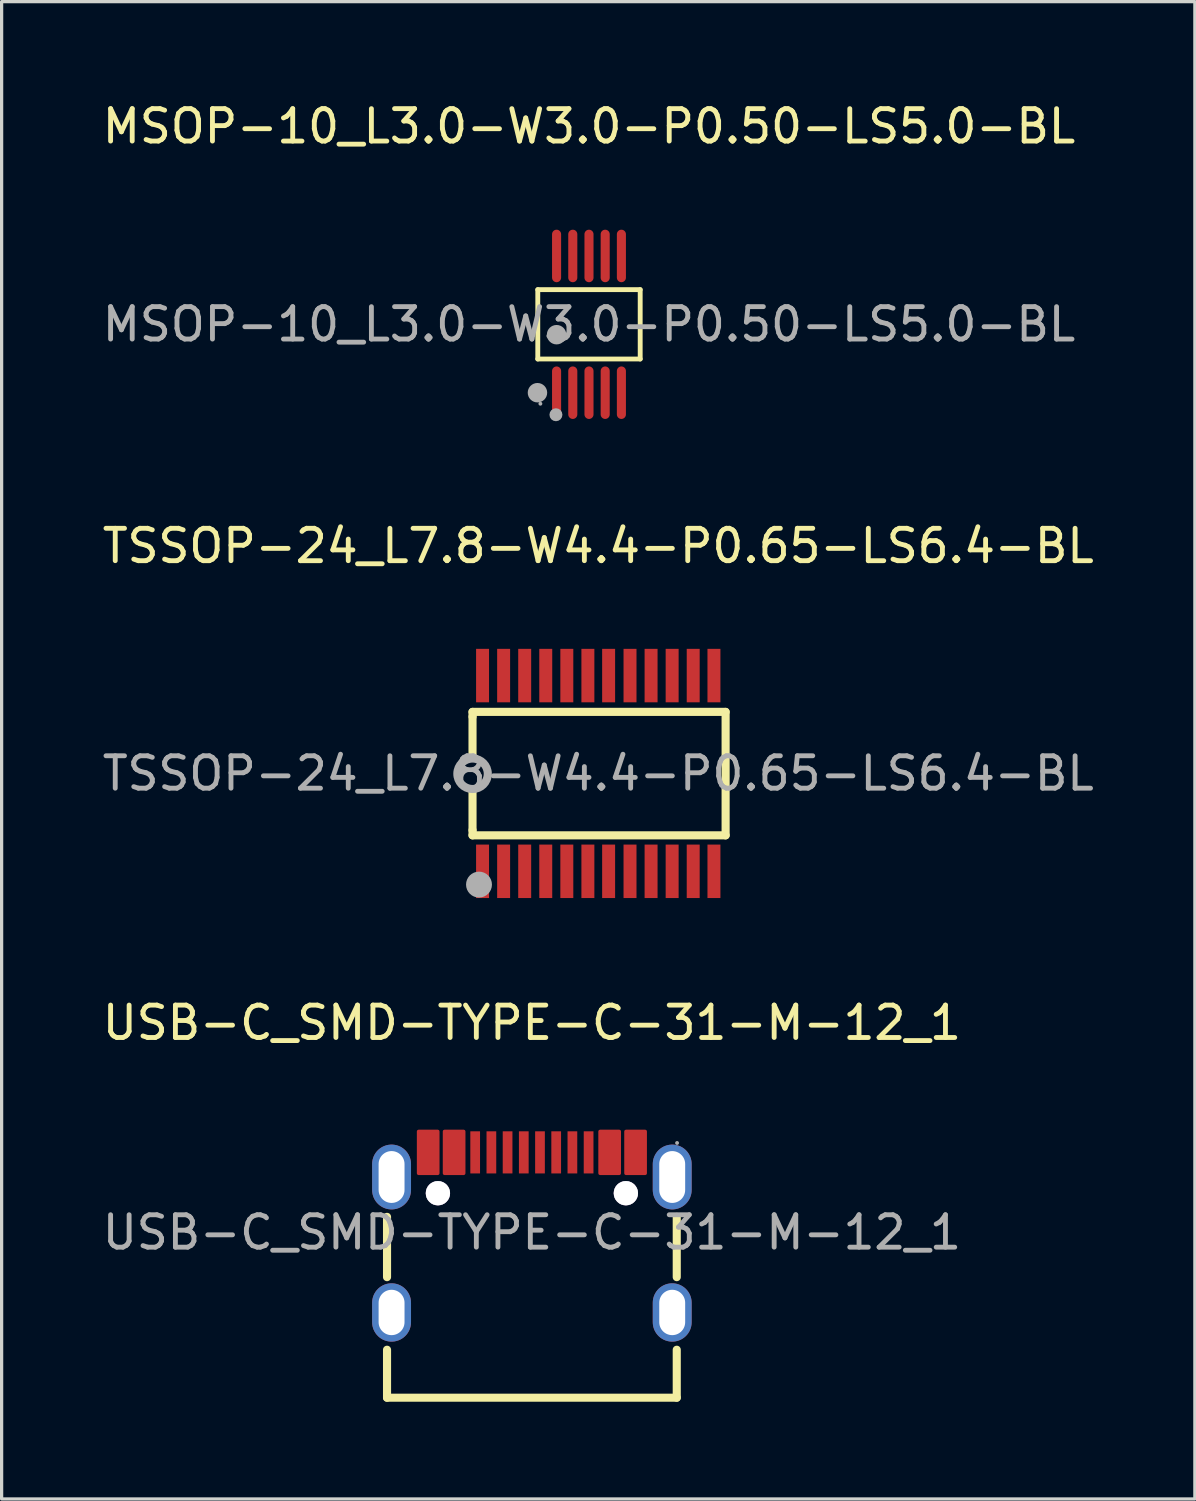
<source format=kicad_pcb>
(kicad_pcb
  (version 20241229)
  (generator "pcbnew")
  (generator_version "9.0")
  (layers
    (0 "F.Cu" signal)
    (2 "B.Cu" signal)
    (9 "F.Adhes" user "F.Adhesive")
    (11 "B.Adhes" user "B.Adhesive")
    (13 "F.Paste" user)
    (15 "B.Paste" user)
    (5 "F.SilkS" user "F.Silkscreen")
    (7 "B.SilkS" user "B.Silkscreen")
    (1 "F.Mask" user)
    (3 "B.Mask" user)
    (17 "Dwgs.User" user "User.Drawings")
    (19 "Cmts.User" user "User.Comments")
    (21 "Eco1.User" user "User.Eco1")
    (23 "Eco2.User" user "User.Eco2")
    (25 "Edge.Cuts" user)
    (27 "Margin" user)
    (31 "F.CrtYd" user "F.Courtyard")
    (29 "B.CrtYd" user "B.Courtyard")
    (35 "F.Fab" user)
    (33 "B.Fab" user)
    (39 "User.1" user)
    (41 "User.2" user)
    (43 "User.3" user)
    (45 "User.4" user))
  (footprint "MSOP-10_L3.0-W3.0-P0.50-LS5.0-BL"
    (layer "F.Cu")
    (at 15.125 6.958)
    (property "Reference" "MSOP-10_L3.0-W3.0-P0.50-LS5.0-BL" (at 0 -6.11 0) (layer "F.SilkS") (effects (font (size 1 1) (thickness 0.15))))
    (attr smd)
    (fp_line (start -1.58 -1.07) (end 1.58 -1.07) (stroke (width 0.15) (type solid)) (layer "F.SilkS"))
    (fp_line (start -1.58 1.07) (end -1.58 -1.07) (stroke (width 0.15) (type solid)) (layer "F.SilkS"))
    (fp_line (start 1.58 -1.07) (end 1.58 1.07) (stroke (width 0.15) (type solid)) (layer "F.SilkS"))
    (fp_line (start 1.58 1.07) (end -1.58 1.07) (stroke (width 0.15) (type solid)) (layer "F.SilkS"))
    (fp_circle (center -1.59 2.11) (end -1.44 2.11) (stroke (width 0.3) (type solid)) (fill no) (layer "F.Fab"))
    (fp_circle (center -1.5 2.45) (end -1.47 2.45) (stroke (width 0.06) (type solid)) (fill no) (layer "F.Fab"))
    (fp_circle (center -1.02 2.79) (end -0.92 2.79) (stroke (width 0.2) (type solid)) (fill no) (layer "F.Fab"))
    (fp_circle (center -1 0.32) (end -0.85 0.32) (stroke (width 0.3) (type solid)) (fill no) (layer "F.Fab"))
    (fp_text user "${REFERENCE}" (at 0 0 0) (layer "F.Fab") (effects (font (size 1 1) (thickness 0.15))))
    (pad "1" smd oval (at -1 2.11) (size 0.28 1.62) (layers "F.Cu" "F.Mask" "F.Paste"))
    (pad "2" smd oval (at -0.5 2.11) (size 0.28 1.62) (layers "F.Cu" "F.Mask" "F.Paste"))
    (pad "3" smd oval (at 0 2.11) (size 0.28 1.62) (layers "F.Cu" "F.Mask" "F.Paste"))
    (pad "4" smd oval (at 0.5 2.11) (size 0.28 1.62) (layers "F.Cu" "F.Mask" "F.Paste"))
    (pad "5" smd oval (at 1 2.11) (size 0.28 1.62) (layers "F.Cu" "F.Mask" "F.Paste"))
    (pad "6" smd oval (at 1 -2.11) (size 0.28 1.62) (layers "F.Cu" "F.Mask" "F.Paste"))
    (pad "7" smd oval (at 0.5 -2.11) (size 0.28 1.62) (layers "F.Cu" "F.Mask" "F.Paste"))
    (pad "8" smd oval (at 0 -2.11) (size 0.28 1.62) (layers "F.Cu" "F.Mask" "F.Paste"))
    (pad "9" smd oval (at -0.5 -2.11) (size 0.28 1.62) (layers "F.Cu" "F.Mask" "F.Paste"))
    (pad "10" smd oval (at -1 -2.11) (size 0.28 1.62) (layers "F.Cu" "F.Mask" "F.Paste")))
  (footprint "TSSOP-24_L7.8-W4.4-P0.65-LS6.4-BL"
    (layer "F.Cu")
    (at 15.411 20.817)
    (property "Reference" "TSSOP-24_L7.8-W4.4-P0.65-LS6.4-BL" (at 0 -7.02 0) (layer "F.SilkS") (effects (font (size 1 1) (thickness 0.15))))
    (attr smd)
    (fp_line (start -3.88 -1.9) (end 3.93 -1.9) (stroke (width 0.25) (type solid)) (layer "F.SilkS"))
    (fp_line (start -3.88 -1.75) (end -3.88 -1.9) (stroke (width 0.25) (type solid)) (layer "F.SilkS"))
    (fp_line (start -3.88 -0.48) (end -3.88 -1.75) (stroke (width 0.25) (type solid)) (layer "F.SilkS"))
    (fp_line (start -3.88 1.75) (end -3.88 0.48) (stroke (width 0.25) (type solid)) (layer "F.SilkS"))
    (fp_line (start -3.88 1.75) (end -3.88 1.91) (stroke (width 0.25) (type solid)) (layer "F.SilkS"))
    (fp_line (start -3.88 1.91) (end 3.93 1.91) (stroke (width 0.25) (type solid)) (layer "F.SilkS"))
    (fp_line (start 3.93 -1.9) (end 3.93 1.91) (stroke (width 0.25) (type solid)) (layer "F.SilkS"))
    (fp_arc (start -3.888203 0.479928) (mid -3.875898 -0.459982) (end -3.88 0.48) (stroke (width 0.25) (type solid)) (layer "F.Fab"))
    (fp_circle (center -3.9 3.19) (end -3.87 3.19) (stroke (width 0.06) (type solid)) (fill no) (layer "F.Fab"))
    (fp_circle (center -3.68 3.43) (end -3.48 3.43) (stroke (width 0.4) (type solid)) (fill no) (layer "F.Fab"))
    (fp_text user "${REFERENCE}" (at 0 0 0) (layer "F.Fab") (effects (font (size 1 1) (thickness 0.15))))
    (pad "1" smd rect (at -3.57 3.02) (size 0.4 1.65) (layers "F.Cu" "F.Mask" "F.Paste"))
    (pad "2" smd rect (at -2.92 3.02) (size 0.4 1.65) (layers "F.Cu" "F.Mask" "F.Paste"))
    (pad "3" smd rect (at -2.27 3.02) (size 0.4 1.65) (layers "F.Cu" "F.Mask" "F.Paste"))
    (pad "4" smd rect (at -1.62 3.02) (size 0.4 1.65) (layers "F.Cu" "F.Mask" "F.Paste"))
    (pad "5" smd rect (at -0.97 3.02) (size 0.4 1.65) (layers "F.Cu" "F.Mask" "F.Paste"))
    (pad "6" smd rect (at -0.32 3.02) (size 0.4 1.65) (layers "F.Cu" "F.Mask" "F.Paste"))
    (pad "7" smd rect (at 0.32 3.02) (size 0.4 1.65) (layers "F.Cu" "F.Mask" "F.Paste"))
    (pad "8" smd rect (at 0.98 3.02) (size 0.4 1.65) (layers "F.Cu" "F.Mask" "F.Paste"))
    (pad "9" smd rect (at 1.63 3.02) (size 0.4 1.65) (layers "F.Cu" "F.Mask" "F.Paste"))
    (pad "10" smd rect (at 2.28 3.02) (size 0.4 1.65) (layers "F.Cu" "F.Mask" "F.Paste"))
    (pad "11" smd rect (at 2.93 3.02) (size 0.4 1.65) (layers "F.Cu" "F.Mask" "F.Paste"))
    (pad "12" smd rect (at 3.57 3.02) (size 0.4 1.65) (layers "F.Cu" "F.Mask" "F.Paste"))
    (pad "13" smd rect (at 3.57 -3.02) (size 0.4 1.65) (layers "F.Cu" "F.Mask" "F.Paste"))
    (pad "14" smd rect (at 2.93 -3.02) (size 0.4 1.65) (layers "F.Cu" "F.Mask" "F.Paste"))
    (pad "15" smd rect (at 2.28 -3.02) (size 0.4 1.65) (layers "F.Cu" "F.Mask" "F.Paste"))
    (pad "16" smd rect (at 1.63 -3.02) (size 0.4 1.65) (layers "F.Cu" "F.Mask" "F.Paste"))
    (pad "17" smd rect (at 0.98 -3.02) (size 0.4 1.65) (layers "F.Cu" "F.Mask" "F.Paste"))
    (pad "18" smd rect (at 0.32 -3.02) (size 0.4 1.65) (layers "F.Cu" "F.Mask" "F.Paste"))
    (pad "19" smd rect (at -0.32 -3.02) (size 0.4 1.65) (layers "F.Cu" "F.Mask" "F.Paste"))
    (pad "20" smd rect (at -0.97 -3.02) (size 0.4 1.65) (layers "F.Cu" "F.Mask" "F.Paste"))
    (pad "21" smd rect (at -1.62 -3.02) (size 0.4 1.65) (layers "F.Cu" "F.Mask" "F.Paste"))
    (pad "22" smd rect (at -2.27 -3.02) (size 0.4 1.65) (layers "F.Cu" "F.Mask" "F.Paste"))
    (pad "23" smd rect (at -2.92 -3.02) (size 0.4 1.65) (layers "F.Cu" "F.Mask" "F.Paste"))
    (pad "24" smd rect (at -3.57 -3.02) (size 0.4 1.65) (layers "F.Cu" "F.Mask" "F.Paste")))
  (footprint "USB-C_SMD-TYPE-C-31-M-12_1"
    (layer "F.Cu")
    (at 13.363 34.98)
    (property "Reference" "USB-C_SMD-TYPE-C-31-M-12_1" (at 0 -6.47 0) (layer "F.SilkS") (effects (font (size 1 1) (thickness 0.15))))
    (attr smd)
    (fp_line (start -4.47 1.38) (end -4.47 -0.48) (stroke (width 0.25) (type solid)) (layer "F.SilkS"))
    (fp_line (start -4.47 5.1) (end -4.47 3.62) (stroke (width 0.25) (type solid)) (layer "F.SilkS"))
    (fp_line (start 4.47 1.38) (end 4.47 -0.48) (stroke (width 0.25) (type solid)) (layer "F.SilkS"))
    (fp_line (start 4.47 5.1) (end -4.47 5.1) (stroke (width 0.25) (type solid)) (layer "F.SilkS"))
    (fp_line (start 4.47 5.1) (end 4.47 3.62) (stroke (width 0.25) (type solid)) (layer "F.SilkS"))
    (fp_circle (center -2.9 -1.21) (end -2.78 -1.21) (stroke (width 0.25) (type solid)) (fill no) (layer "F.Fab"))
    (fp_circle (center 2.9 -1.21) (end 3.02 -1.21) (stroke (width 0.25) (type solid)) (fill no) (layer "F.Fab"))
    (fp_circle (center 4.48 -2.76) (end 4.51 -2.76) (stroke (width 0.06) (type solid)) (fill no) (layer "F.Fab"))
    (fp_text user "${REFERENCE}" (at 0 0 0) (layer "F.Fab") (effects (font (size 1 1) (thickness 0.15))))
    (pad "" thru_hole circle (at -2.9 -1.21) (size 0.75 0.75) (drill 0.75) (layers "*.Cu" "*.Mask"))
    (pad "" thru_hole circle (at 2.9 -1.21) (size 0.75 0.75) (drill 0.75) (layers "*.Cu" "*.Mask"))
    (pad "1" thru_hole oval (at 4.33 -1.71) (size 1.2 2) (drill oval 0.8 1.6) (layers "*.Cu" "*.Mask"))
    (pad "2" thru_hole oval (at 4.33 2.47) (size 1.2 1.8) (drill oval 0.8 1.4) (layers "*.Cu" "*.Mask"))
    (pad "3" thru_hole oval (at -4.33 2.47) (size 1.2 1.8) (drill oval 0.8 1.4) (layers "*.Cu" "*.Mask"))
    (pad "4" thru_hole oval (at -4.33 -1.71) (size 1.2 2) (drill oval 0.8 1.6) (layers "*.Cu" "*.Mask"))
    (pad "A1B12" smd custom (at -3.2 -2.47) (size 0.01 0.01) (layers "F.Cu" "F.Mask" "F.Paste") (options (anchor circle)) (primitives (gr_poly (pts (xy 0.3 0.65) (xy 0.3 -0.65) (xy 0 -0.65) (xy -0.3 -0.65) (xy -0.3 0.65) (xy 0 0.65) (xy 0.3 0.65)) (width 0.1) (fill yes))))
    (pad "A4B9" smd custom (at -2.4 -2.47) (size 0.01 0.01) (layers "F.Cu" "F.Mask" "F.Paste") (options (anchor circle)) (primitives (gr_poly (pts (xy 0.3 0.65) (xy 0.3 -0.65) (xy 0 -0.65) (xy -0.3 -0.65) (xy -0.3 0.65) (xy 0 0.65) (xy 0.3 0.65)) (width 0.1) (fill yes))))
    (pad "A5" smd rect (at -1.25 -2.47) (size 0.3 1.3) (layers "F.Cu" "F.Mask" "F.Paste"))
    (pad "A6" smd rect (at -0.25 -2.47) (size 0.3 1.3) (layers "F.Cu" "F.Mask" "F.Paste"))
    (pad "A7" smd rect (at 0.25 -2.47) (size 0.3 1.3) (layers "F.Cu" "F.Mask" "F.Paste"))
    (pad "A8" smd rect (at 1.25 -2.47) (size 0.3 1.3) (layers "F.Cu" "F.Mask" "F.Paste"))
    (pad "B1A12" smd custom (at 3.2 -2.47) (size 0.01 0.01) (layers "F.Cu" "F.Mask" "F.Paste") (options (anchor circle)) (primitives (gr_poly (pts (xy -0.3 -0.65) (xy -0.3 0.65) (xy -0.01 0.65) (xy 0 0.65) (xy 0.3 0.65) (xy 0.3 -0.65) (xy 0 -0.65) (xy -0.01 -0.65) (xy -0.3 -0.65)) (width 0.1) (fill yes))))
    (pad "B4A9" smd custom (at 2.4 -2.47) (size 0.01 0.01) (layers "F.Cu" "F.Mask" "F.Paste") (options (anchor circle)) (primitives (gr_poly (pts (xy 0.3 0.65) (xy 0.3 -0.65) (xy 0 -0.65) (xy -0.3 -0.65) (xy -0.3 0.65) (xy 0 0.65) (xy 0.3 0.65)) (width 0.1) (fill yes))))
    (pad "B5" smd rect (at 1.75 -2.47) (size 0.3 1.3) (layers "F.Cu" "F.Mask" "F.Paste"))
    (pad "B6" smd rect (at 0.75 -2.47) (size 0.3 1.3) (layers "F.Cu" "F.Mask" "F.Paste"))
    (pad "B7" smd rect (at -0.75 -2.47) (size 0.3 1.3) (layers "F.Cu" "F.Mask" "F.Paste"))
    (pad "B8" smd rect (at -1.75 -2.47) (size 0.3 1.3) (layers "F.Cu" "F.Mask" "F.Paste")))
  (gr_rect
    (start -3 -3)
    (end 33.821 43.205)
    (stroke (width 0.1) (type default))
    (fill no)
    (layer "Edge.Cuts")))
</source>
